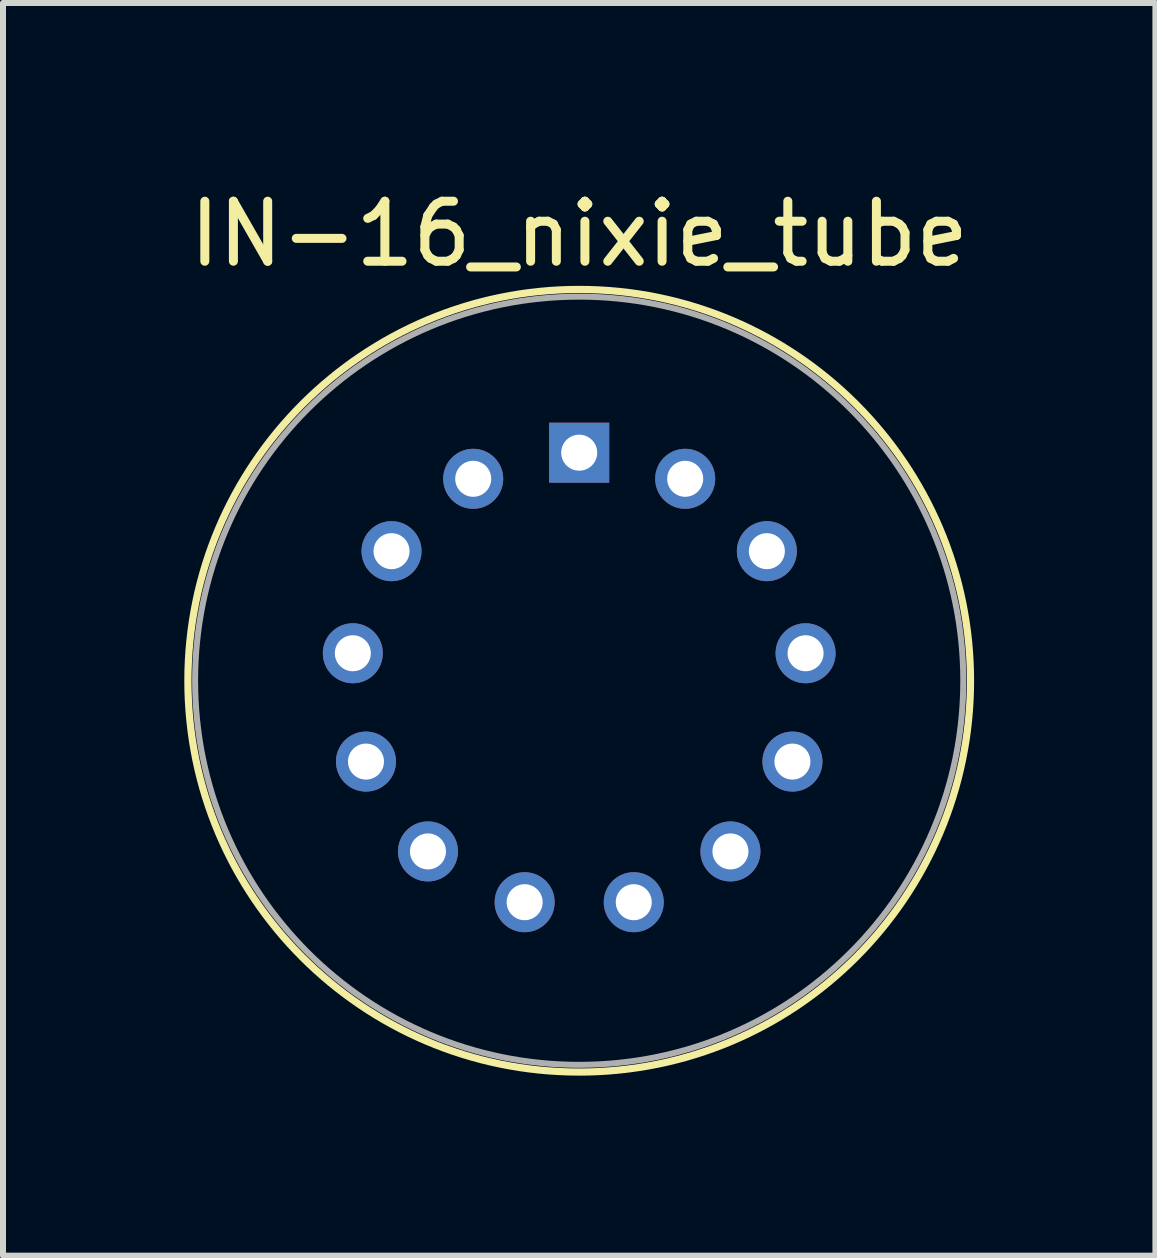
<source format=kicad_pcb>
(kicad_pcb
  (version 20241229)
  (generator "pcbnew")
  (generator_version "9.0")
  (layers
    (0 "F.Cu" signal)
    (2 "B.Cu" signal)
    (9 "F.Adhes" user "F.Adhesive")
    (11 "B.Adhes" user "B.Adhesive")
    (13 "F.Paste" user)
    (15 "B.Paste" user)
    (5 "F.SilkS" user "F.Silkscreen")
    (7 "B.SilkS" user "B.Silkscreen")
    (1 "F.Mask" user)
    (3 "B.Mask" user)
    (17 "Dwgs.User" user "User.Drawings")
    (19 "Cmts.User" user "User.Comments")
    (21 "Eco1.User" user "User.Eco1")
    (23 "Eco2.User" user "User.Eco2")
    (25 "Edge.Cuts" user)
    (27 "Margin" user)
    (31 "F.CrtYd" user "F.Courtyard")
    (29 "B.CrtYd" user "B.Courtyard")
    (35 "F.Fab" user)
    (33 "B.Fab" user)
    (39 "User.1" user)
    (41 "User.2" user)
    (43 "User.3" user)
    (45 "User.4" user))
  (footprint "IN-16_nixie_tube"
    (layer "F.Cu")
    (at 6.601 8.293)
    (property "Reference" "IN-16_nixie_tube" (at 0 -7.445 0) (layer "F.SilkS") (effects (font (size 1 1) (thickness 0.15))))
    (fp_circle (center 0 0) (end 0 6.52) (stroke (width 0.12) (type default)) (fill no) (layer "F.SilkS"))
    (fp_circle (center 0 0) (end 0 6.4) (stroke (width 0.1) (type default)) (fill no) (layer "F.Fab"))
    (pad "1" thru_hole rect (at 0 -3.8) (size 1 1) (drill 0.6) (layers "*.Cu" "*.Mask"))
    (pad "2" thru_hole circle (at -1.766 -3.365) (size 1 1) (drill 0.6) (layers "*.Cu" "*.Mask"))
    (pad "3" thru_hole circle (at -3.127 -2.159) (size 1 1) (drill 0.6) (layers "*.Cu" "*.Mask"))
    (pad "4" thru_hole circle (at -3.772 -0.458) (size 1 1) (drill 0.6) (layers "*.Cu" "*.Mask"))
    (pad "5" thru_hole circle (at -3.553 1.347) (size 1 1) (drill 0.6) (layers "*.Cu" "*.Mask"))
    (pad "6" thru_hole circle (at -2.52 2.844) (size 1 1) (drill 0.6) (layers "*.Cu" "*.Mask"))
    (pad "7" thru_hole circle (at -0.909 3.69) (size 1 1) (drill 0.6) (layers "*.Cu" "*.Mask"))
    (pad "8" thru_hole circle (at 0.909 3.69) (size 1 1) (drill 0.6) (layers "*.Cu" "*.Mask"))
    (pad "9" thru_hole circle (at 2.52 2.844) (size 1 1) (drill 0.6) (layers "*.Cu" "*.Mask"))
    (pad "10" thru_hole circle (at 3.553 1.347) (size 1 1) (drill 0.6) (layers "*.Cu" "*.Mask"))
    (pad "11" thru_hole circle (at 3.772 -0.458) (size 1 1) (drill 0.6) (layers "*.Cu" "*.Mask"))
    (pad "12" thru_hole circle (at 3.127 -2.159) (size 1 1) (drill 0.6) (layers "*.Cu" "*.Mask"))
    (pad "13" thru_hole circle (at 1.766 -3.365) (size 1 1) (drill 0.6) (layers "*.Cu" "*.Mask")))
  (gr_rect
    (start -3 -3)
    (end 16.202 17.873)
    (stroke (width 0.1) (type default))
    (fill no)
    (layer "Edge.Cuts")))
</source>
